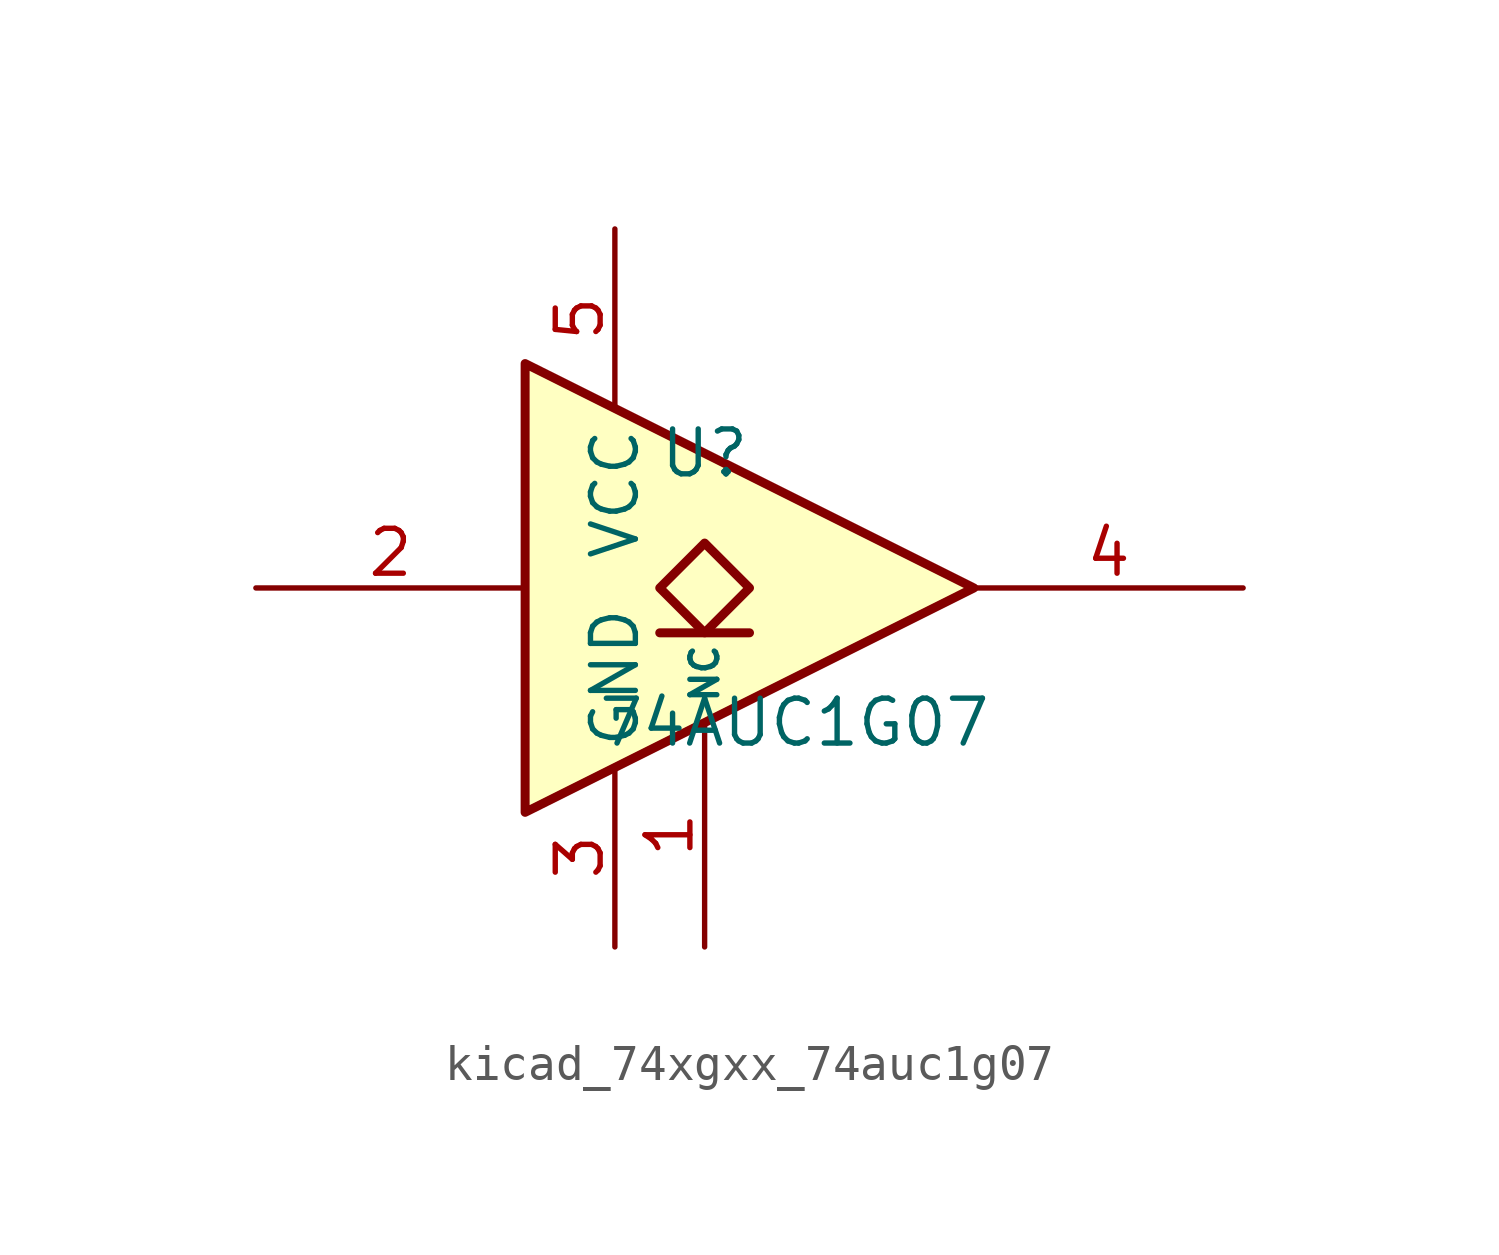
<source format=kicad_sym>
(kicad_symbol_lib
  (version 20220914)
  (generator kicad_symbol_editor)
  (symbol "kicad_74xgxx_74auc1g07"
    (property "Reference" "U"
      (at -2.54 3.81 0)
      (effects (font (size 1.27 1.27))))
    (property "Value" "74AUC1G07"
      (at 0 -3.81 0)
      (effects (font (size 1.27 1.27))))
    (symbol "kicad_74xgxx_74auc1g07_0_1"
      (polyline (pts (xy -3.81 -1.27) (xy -1.27 -1.27)) (stroke (width 0.254) (type default)) (fill (type background)))
      (polyline (pts (xy -7.62 6.35) (xy -7.62 -6.35) (xy 5.08 0) (xy -7.62 6.35)) (stroke (width 0.254) (type default)) (fill (type background)))
      (polyline (pts (xy -2.54 1.27) (xy -3.81 0) (xy -2.54 -1.27) (xy -1.27 0) (xy -2.54 1.27)) (stroke (width 0.254) (type default)) (fill (type background))))
    (symbol "kicad_74xgxx_74auc1g07_1_1"
      (pin free line (at -2.54 -10.16 90) (length 6.35) (name "NC" (effects (font (size 0.762 0.762)))) (number "1" (effects (font (size 1.27 1.27)))))
      (pin input line (at -15.24 0 0) (length 7.62) (name "~" (effects (font (size 1.27 1.27)))) (number "2" (effects (font (size 1.27 1.27)))))
      (pin power_in line (at -5.08 -10.16 90) (length 5.08) (name "GND" (effects (font (size 1.27 1.27)))) (number "3" (effects (font (size 1.27 1.27)))))
      (pin open_collector line (at 12.7 0 180) (length 7.62) (name "~" (effects (font (size 1.27 1.27)))) (number "4" (effects (font (size 1.27 1.27)))))
      (pin power_in line (at -5.08 10.16 270) (length 5.08) (name "VCC" (effects (font (size 1.27 1.27)))) (number "5" (effects (font (size 1.27 1.27))))))))
</source>
